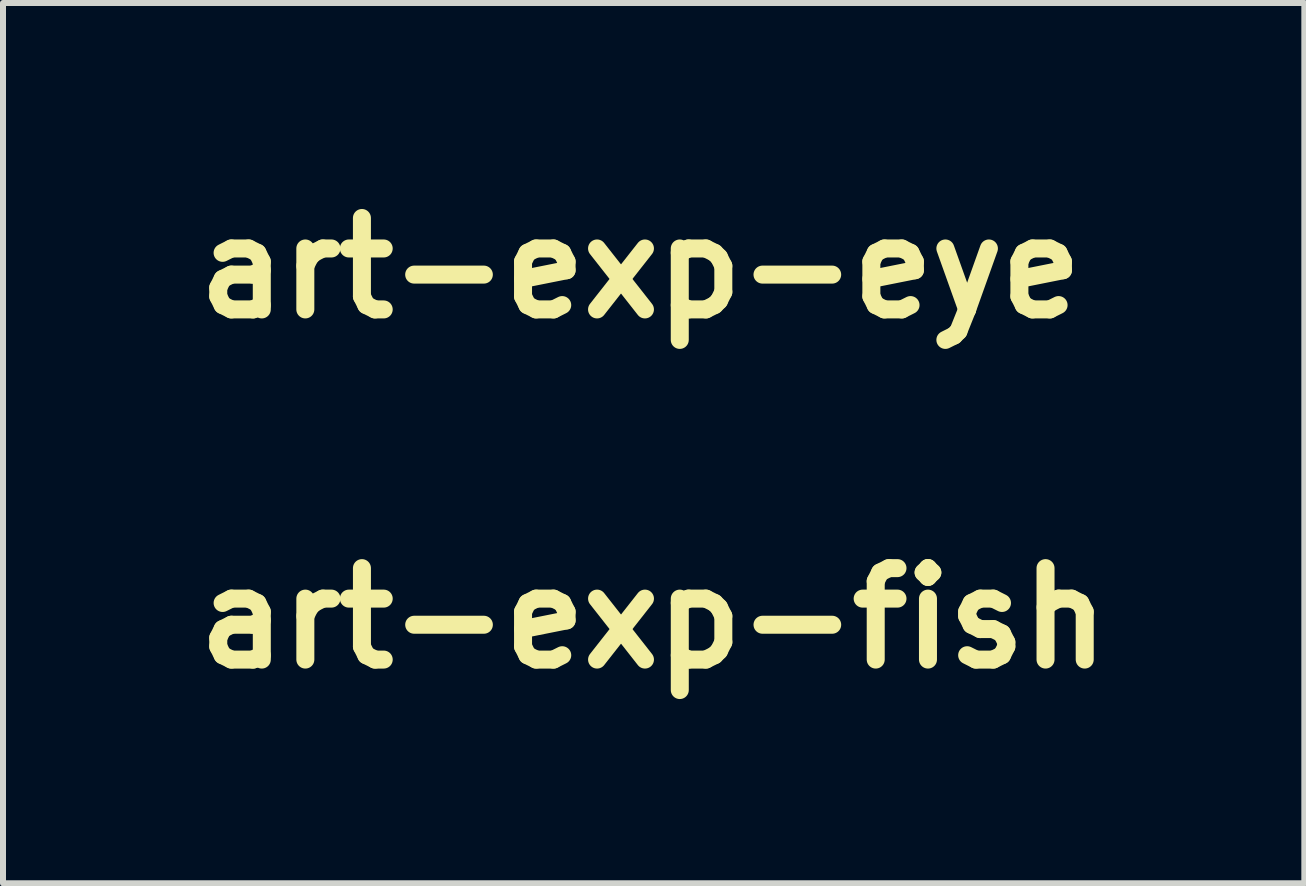
<source format=kicad_pcb>
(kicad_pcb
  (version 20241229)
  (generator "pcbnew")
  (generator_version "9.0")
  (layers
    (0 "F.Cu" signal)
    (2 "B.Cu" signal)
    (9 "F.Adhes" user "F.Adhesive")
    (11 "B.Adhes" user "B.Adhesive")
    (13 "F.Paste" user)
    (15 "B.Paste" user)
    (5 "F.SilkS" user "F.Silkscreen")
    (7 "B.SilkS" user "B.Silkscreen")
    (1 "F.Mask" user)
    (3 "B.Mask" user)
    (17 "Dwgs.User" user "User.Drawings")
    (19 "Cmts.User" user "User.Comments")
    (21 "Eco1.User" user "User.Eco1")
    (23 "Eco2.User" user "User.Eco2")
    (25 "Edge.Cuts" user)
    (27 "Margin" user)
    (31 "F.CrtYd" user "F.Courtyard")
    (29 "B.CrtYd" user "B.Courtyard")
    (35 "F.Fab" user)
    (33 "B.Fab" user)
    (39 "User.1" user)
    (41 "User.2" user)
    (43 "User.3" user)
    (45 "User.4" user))
  (footprint "art-exp-eye"
    (layer "F.Cu")
    (at 7.627 1.418)
    (property "Reference" "art-exp-eye" (at 0 0 0) (layer "F.SilkS") (effects (font (size 1.524 1.524) (thickness 0.3))))
    (attr through_hole)
    (fp_poly (pts (xy 0.298 -0.367) (xy 0.3 -0.356) (xy 0.287 -0.283) (xy 0.251 -0.142) (xy 0.201 0.039) (xy 0.19 0.076) (xy 0.118 0.291) (xy 0.049 0.413) (xy -0.025 0.449) (xy -0.116 0.406) (xy -0.191 0.334) (xy -0.278 0.177) (xy -0.297 -0.013) (xy -0.248 -0.192) (xy -0.212 -0.248) (xy -0.126 -0.313) (xy -0.001 -0.364) (xy 0.132 -0.394) (xy 0.242 -0.397) (xy 0.298 -0.367)) (stroke (width 0.01) (type solid)) (fill yes) (layer "F.Mask")))
  (footprint "art-exp-fish"
    (layer "F.Cu")
    (at 7.845 7.254)
    (property "Reference" "art-exp-fish" (at 0 0 0) (layer "F.SilkS") (effects (font (size 1.524 1.524) (thickness 0.3))))
    (attr through_hole)
    (fp_poly (pts (xy -0.038 -0.542) (xy -0.021 -0.463) (xy 0.023 -0.309) (xy 0.084 -0.194) (xy 0.149 -0.137) (xy 0.204 -0.156) (xy 0.206 -0.16) (xy 0.244 -0.199) (xy 0.28 -0.175) (xy 0.32 -0.077) (xy 0.372 0.107) (xy 0.376 0.12) (xy 0.429 0.359) (xy 0.448 0.534) (xy 0.432 0.632) (xy 0.404 0.65) (xy 0.339 0.62) (xy 0.236 0.547) (xy 0.209 0.525) (xy 0.093 0.443) (xy -0.003 0.402) (xy -0.017 0.4) (xy -0.102 0.371) (xy -0.138 0.31) (xy -0.106 0.254) (xy -0.076 0.183) (xy -0.099 0.065) (xy -0.164 -0.071) (xy -0.26 -0.197) (xy -0.307 -0.241) (xy -0.411 -0.341) (xy -0.446 -0.411) (xy -0.41 -0.437) (xy -0.35 -0.425) (xy -0.263 -0.426) (xy -0.198 -0.51) (xy -0.192 -0.522) (xy -0.13 -0.627) (xy -0.079 -0.634) (xy -0.038 -0.542)) (stroke (width 0.01) (type solid)) (fill yes) (layer "F.Mask")))
  (gr_rect
    (start -3 -3)
    (end 18.69 11.672)
    (stroke (width 0.1) (type default))
    (fill no)
    (layer "Edge.Cuts")))
</source>
